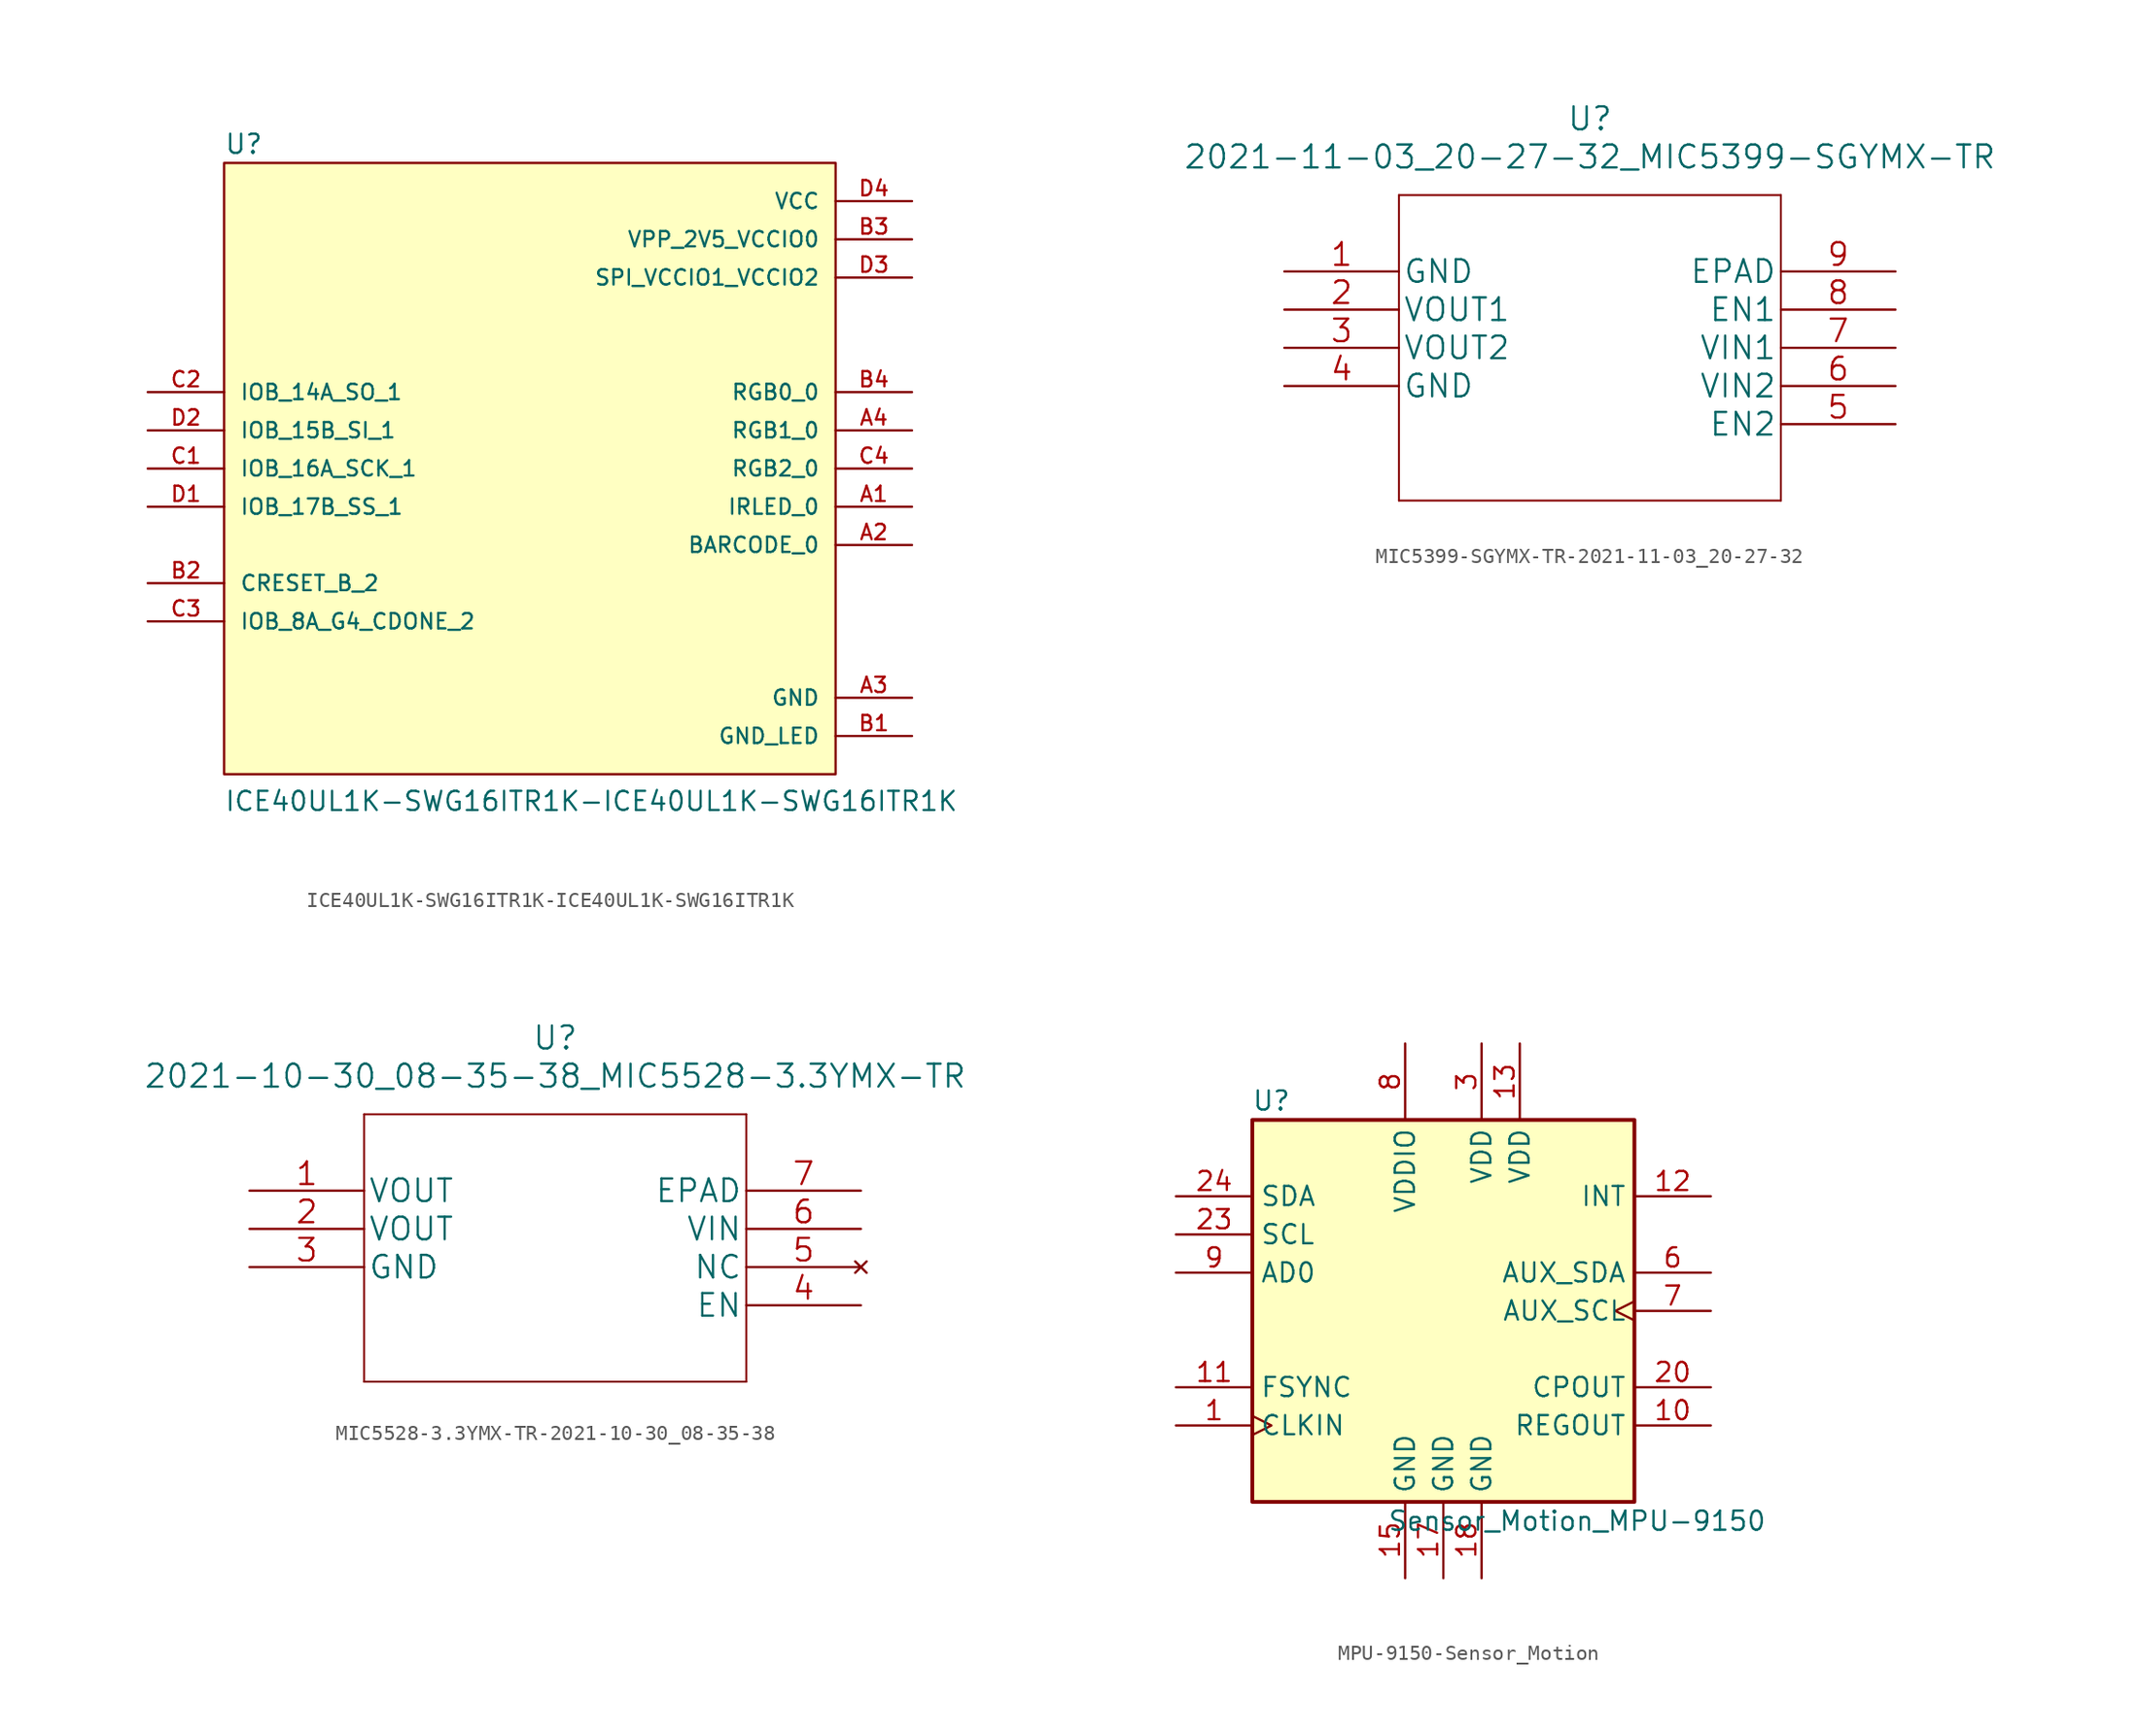
<source format=kicad_sym>
(kicad_symbol_lib
  (version 20220914)
  (generator kicad_symbol_editor)
  (symbol "ICE40UL1K-SWG16ITR1K-ICE40UL1K-SWG16ITR1K"
    (pin_names
      (offset 1.016))
    (property "Reference" "U"
      (at -20.32 20.828 0)
      (effects (font (size 1.27 1.27)) (justify left bottom)))
    (property "Value" "ICE40UL1K-SWG16ITR1K-ICE40UL1K-SWG16ITR1K"
      (at -20.32 -22.86 0)
      (effects (font (size 1.27 1.27)) (justify left bottom)))
    (property "ki_locked" ""
      (at 0 0 0)
      (effects (font (size 1.27 1.27))))
    (symbol "ICE40UL1K-SWG16ITR1K-ICE40UL1K-SWG16ITR1K_0_0"
      (rectangle (start -20.32 -20.32) (end 20.32 20.32) (stroke (width 0.152) (type solid)) (fill (type background)))
      (pin bidirectional line (at 25.4 -2.54 180) (length 5.08) (name "IRLED_0" (effects (font (size 1.016 1.016)))) (number "A1" (effects (font (size 1.016 1.016)))))
      (pin bidirectional line (at 25.4 -5.08 180) (length 5.08) (name "BARCODE_0" (effects (font (size 1.016 1.016)))) (number "A2" (effects (font (size 1.016 1.016)))))
      (pin power_in line (at 25.4 -15.24 180) (length 5.08) (name "GND" (effects (font (size 1.016 1.016)))) (number "A3" (effects (font (size 1.016 1.016)))))
      (pin bidirectional line (at 25.4 2.54 180) (length 5.08) (name "RGB1_0" (effects (font (size 1.016 1.016)))) (number "A4" (effects (font (size 1.016 1.016)))))
      (pin power_in line (at 25.4 -17.78 180) (length 5.08) (name "GND_LED" (effects (font (size 1.016 1.016)))) (number "B1" (effects (font (size 1.016 1.016)))))
      (pin input line (at -25.4 -7.62 0) (length 5.08) (name "CRESET_B_2" (effects (font (size 1.016 1.016)))) (number "B2" (effects (font (size 1.016 1.016)))))
      (pin power_in line (at 25.4 15.24 180) (length 5.08) (name "VPP_2V5_VCCIO0" (effects (font (size 1.016 1.016)))) (number "B3" (effects (font (size 1.016 1.016)))))
      (pin bidirectional line (at 25.4 5.08 180) (length 5.08) (name "RGB0_0" (effects (font (size 1.016 1.016)))) (number "B4" (effects (font (size 1.016 1.016)))))
      (pin bidirectional line (at -25.4 0 0) (length 5.08) (name "IOB_16A_SCK_1" (effects (font (size 1.016 1.016)))) (number "C1" (effects (font (size 1.016 1.016)))))
      (pin bidirectional line (at -25.4 5.08 0) (length 5.08) (name "IOB_14A_SO_1" (effects (font (size 1.016 1.016)))) (number "C2" (effects (font (size 1.016 1.016)))))
      (pin bidirectional line (at -25.4 -10.16 0) (length 5.08) (name "IOB_8A_G4_CDONE_2" (effects (font (size 1.016 1.016)))) (number "C3" (effects (font (size 1.016 1.016)))))
      (pin bidirectional line (at 25.4 0 180) (length 5.08) (name "RGB2_0" (effects (font (size 1.016 1.016)))) (number "C4" (effects (font (size 1.016 1.016)))))
      (pin bidirectional line (at -25.4 -2.54 0) (length 5.08) (name "IOB_17B_SS_1" (effects (font (size 1.016 1.016)))) (number "D1" (effects (font (size 1.016 1.016)))))
      (pin bidirectional line (at -25.4 2.54 0) (length 5.08) (name "IOB_15B_SI_1" (effects (font (size 1.016 1.016)))) (number "D2" (effects (font (size 1.016 1.016)))))
      (pin power_in line (at 25.4 12.7 180) (length 5.08) (name "SPI_VCCIO1_VCCIO2" (effects (font (size 1.016 1.016)))) (number "D3" (effects (font (size 1.016 1.016)))))
      (pin power_in line (at 25.4 17.78 180) (length 5.08) (name "VCC" (effects (font (size 1.016 1.016)))) (number "D4" (effects (font (size 1.016 1.016)))))))
  (symbol "MIC5399-SGYMX-TR-2021-11-03_20-27-32"
    (pin_names
      (offset 0.254))
    (property "Reference" "U"
      (at 20.32 10.16 0)
      (effects (font (size 1.524 1.524))))
    (property "Value" "2021-11-03_20-27-32_MIC5399-SGYMX-TR"
      (at 20.32 7.62 0)
      (effects (font (size 1.524 1.524))))
    (property "Datasheet" ""
      (at 0 0 0)
      (effects (font (size 1.524 1.524))))
    (symbol "MIC5399-SGYMX-TR-2021-11-03_20-27-32_1_1"
      (polyline (pts (xy 7.62 -15.24) (xy 33.02 -15.24)) (stroke (width 0.127) (type solid)) (fill (type none)))
      (polyline (pts (xy 7.62 5.08) (xy 7.62 -15.24)) (stroke (width 0.127) (type solid)) (fill (type none)))
      (polyline (pts (xy 33.02 -15.24) (xy 33.02 5.08)) (stroke (width 0.127) (type solid)) (fill (type none)))
      (polyline (pts (xy 33.02 5.08) (xy 7.62 5.08)) (stroke (width 0.127) (type solid)) (fill (type none)))
      (pin power_in line (at 0 0 0) (length 7.62) (name "GND" (effects (font (size 1.499 1.499)))) (number "1" (effects (font (size 1.499 1.499)))))
      (pin output line (at 0 -2.54 0) (length 7.62) (name "VOUT1" (effects (font (size 1.499 1.499)))) (number "2" (effects (font (size 1.499 1.499)))))
      (pin output line (at 0 -5.08 0) (length 7.62) (name "VOUT2" (effects (font (size 1.499 1.499)))) (number "3" (effects (font (size 1.499 1.499)))))
      (pin power_in line (at 0 -7.62 0) (length 7.62) (name "GND" (effects (font (size 1.499 1.499)))) (number "4" (effects (font (size 1.499 1.499)))))
      (pin input line (at 40.64 -10.16 180) (length 7.62) (name "EN2" (effects (font (size 1.499 1.499)))) (number "5" (effects (font (size 1.499 1.499)))))
      (pin input line (at 40.64 -7.62 180) (length 7.62) (name "VIN2" (effects (font (size 1.499 1.499)))) (number "6" (effects (font (size 1.499 1.499)))))
      (pin input line (at 40.64 -5.08 180) (length 7.62) (name "VIN1" (effects (font (size 1.499 1.499)))) (number "7" (effects (font (size 1.499 1.499)))))
      (pin input line (at 40.64 -2.54 180) (length 7.62) (name "EN1" (effects (font (size 1.499 1.499)))) (number "8" (effects (font (size 1.499 1.499)))))
      (pin unspecified line (at 40.64 0 180) (length 7.62) (name "EPAD" (effects (font (size 1.499 1.499)))) (number "9" (effects (font (size 1.499 1.499)))))))
  (symbol "MIC5528-3.3YMX-TR-2021-10-30_08-35-38"
    (pin_names
      (offset 0.254))
    (property "Reference" "U"
      (at 20.32 10.16 0)
      (effects (font (size 1.524 1.524))))
    (property "Value" "2021-10-30_08-35-38_MIC5528-3.3YMX-TR"
      (at 20.32 7.62 0)
      (effects (font (size 1.524 1.524))))
    (property "Datasheet" ""
      (at 0 0 0)
      (effects (font (size 1.524 1.524))))
    (property "ki_locked" ""
      (at 0 0 0)
      (effects (font (size 1.27 1.27))))
    (symbol "MIC5528-3.3YMX-TR-2021-10-30_08-35-38_1_1"
      (polyline (pts (xy 7.62 -12.7) (xy 33.02 -12.7)) (stroke (width 0.127) (type solid)) (fill (type none)))
      (polyline (pts (xy 7.62 5.08) (xy 7.62 -12.7)) (stroke (width 0.127) (type solid)) (fill (type none)))
      (polyline (pts (xy 33.02 -12.7) (xy 33.02 5.08)) (stroke (width 0.127) (type solid)) (fill (type none)))
      (polyline (pts (xy 33.02 5.08) (xy 7.62 5.08)) (stroke (width 0.127) (type solid)) (fill (type none)))
      (pin output line (at 0 0 0) (length 7.62) (name "VOUT" (effects (font (size 1.499 1.499)))) (number "1" (effects (font (size 1.499 1.499)))))
      (pin output line (at 0 -2.54 0) (length 7.62) (name "VOUT" (effects (font (size 1.499 1.499)))) (number "2" (effects (font (size 1.499 1.499)))))
      (pin power_in line (at 0 -5.08 0) (length 7.62) (name "GND" (effects (font (size 1.499 1.499)))) (number "3" (effects (font (size 1.499 1.499)))))
      (pin input line (at 40.64 -7.62 180) (length 7.62) (name "EN" (effects (font (size 1.499 1.499)))) (number "4" (effects (font (size 1.499 1.499)))))
      (pin no_connect line (at 40.64 -5.08 180) (length 7.62) (name "NC" (effects (font (size 1.499 1.499)))) (number "5" (effects (font (size 1.499 1.499)))))
      (pin input line (at 40.64 -2.54 180) (length 7.62) (name "VIN" (effects (font (size 1.499 1.499)))) (number "6" (effects (font (size 1.499 1.499)))))
      (pin unspecified line (at 40.64 0 180) (length 7.62) (name "EPAD" (effects (font (size 1.499 1.499)))) (number "7" (effects (font (size 1.499 1.499)))))))
  (symbol "MPU-9150-Sensor_Motion"
    (property "Reference" "U"
      (at -11.43 13.97 0)
      (effects (font (size 1.27 1.27))))
    (property "Value" "Sensor_Motion_MPU-9150"
      (at 8.89 -13.97 0)
      (effects (font (size 1.27 1.27))))
    (symbol "MPU-9150-Sensor_Motion_0_1"
      (rectangle (start -12.7 12.7) (end 12.7 -12.7) (stroke (width 0.254) (type solid)) (fill (type background))))
    (symbol "MPU-9150-Sensor_Motion_1_1"
      (pin input clock (at -17.78 -7.62 0) (length 5.08) (name "CLKIN" (effects (font (size 1.27 1.27)))) (number "1" (effects (font (size 1.27 1.27)))))
      (pin passive line (at 17.78 -7.62 180) (length 5.08) (name "REGOUT" (effects (font (size 1.27 1.27)))) (number "10" (effects (font (size 1.27 1.27)))))
      (pin input line (at -17.78 -5.08 0) (length 5.08) (name "FSYNC" (effects (font (size 1.27 1.27)))) (number "11" (effects (font (size 1.27 1.27)))))
      (pin output line (at 17.78 7.62 180) (length 5.08) (name "INT" (effects (font (size 1.27 1.27)))) (number "12" (effects (font (size 1.27 1.27)))))
      (pin power_in line (at 5.08 17.78 270) (length 5.08) (name "VDD" (effects (font (size 1.27 1.27)))) (number "13" (effects (font (size 1.27 1.27)))))
      (pin power_in line (at -2.54 -17.78 90) (length 5.08) (name "GND" (effects (font (size 1.27 1.27)))) (number "15" (effects (font (size 1.27 1.27)))))
      (pin power_in line (at 0 -17.78 90) (length 5.08) (name "GND" (effects (font (size 1.27 1.27)))) (number "17" (effects (font (size 1.27 1.27)))))
      (pin power_in line (at 2.54 -17.78 90) (length 5.08) (name "GND" (effects (font (size 1.27 1.27)))) (number "18" (effects (font (size 1.27 1.27)))))
      (pin passive line (at 17.78 -5.08 180) (length 5.08) (name "CPOUT" (effects (font (size 1.27 1.27)))) (number "20" (effects (font (size 1.27 1.27)))))
      (pin input line (at -17.78 5.08 0) (length 5.08) (name "SCL" (effects (font (size 1.27 1.27)))) (number "23" (effects (font (size 1.27 1.27)))))
      (pin bidirectional line (at -17.78 7.62 0) (length 5.08) (name "SDA" (effects (font (size 1.27 1.27)))) (number "24" (effects (font (size 1.27 1.27)))))
      (pin power_in line (at 2.54 17.78 270) (length 5.08) (name "VDD" (effects (font (size 1.27 1.27)))) (number "3" (effects (font (size 1.27 1.27)))))
      (pin bidirectional line (at 17.78 2.54 180) (length 5.08) (name "AUX_SDA" (effects (font (size 1.27 1.27)))) (number "6" (effects (font (size 1.27 1.27)))))
      (pin output clock (at 17.78 0 180) (length 5.08) (name "AUX_SCL" (effects (font (size 1.27 1.27)))) (number "7" (effects (font (size 1.27 1.27)))))
      (pin power_in line (at -2.54 17.78 270) (length 5.08) (name "VDDIO" (effects (font (size 1.27 1.27)))) (number "8" (effects (font (size 1.27 1.27)))))
      (pin input line (at -17.78 2.54 0) (length 5.08) (name "AD0" (effects (font (size 1.27 1.27)))) (number "9" (effects (font (size 1.27 1.27))))))))
</source>
